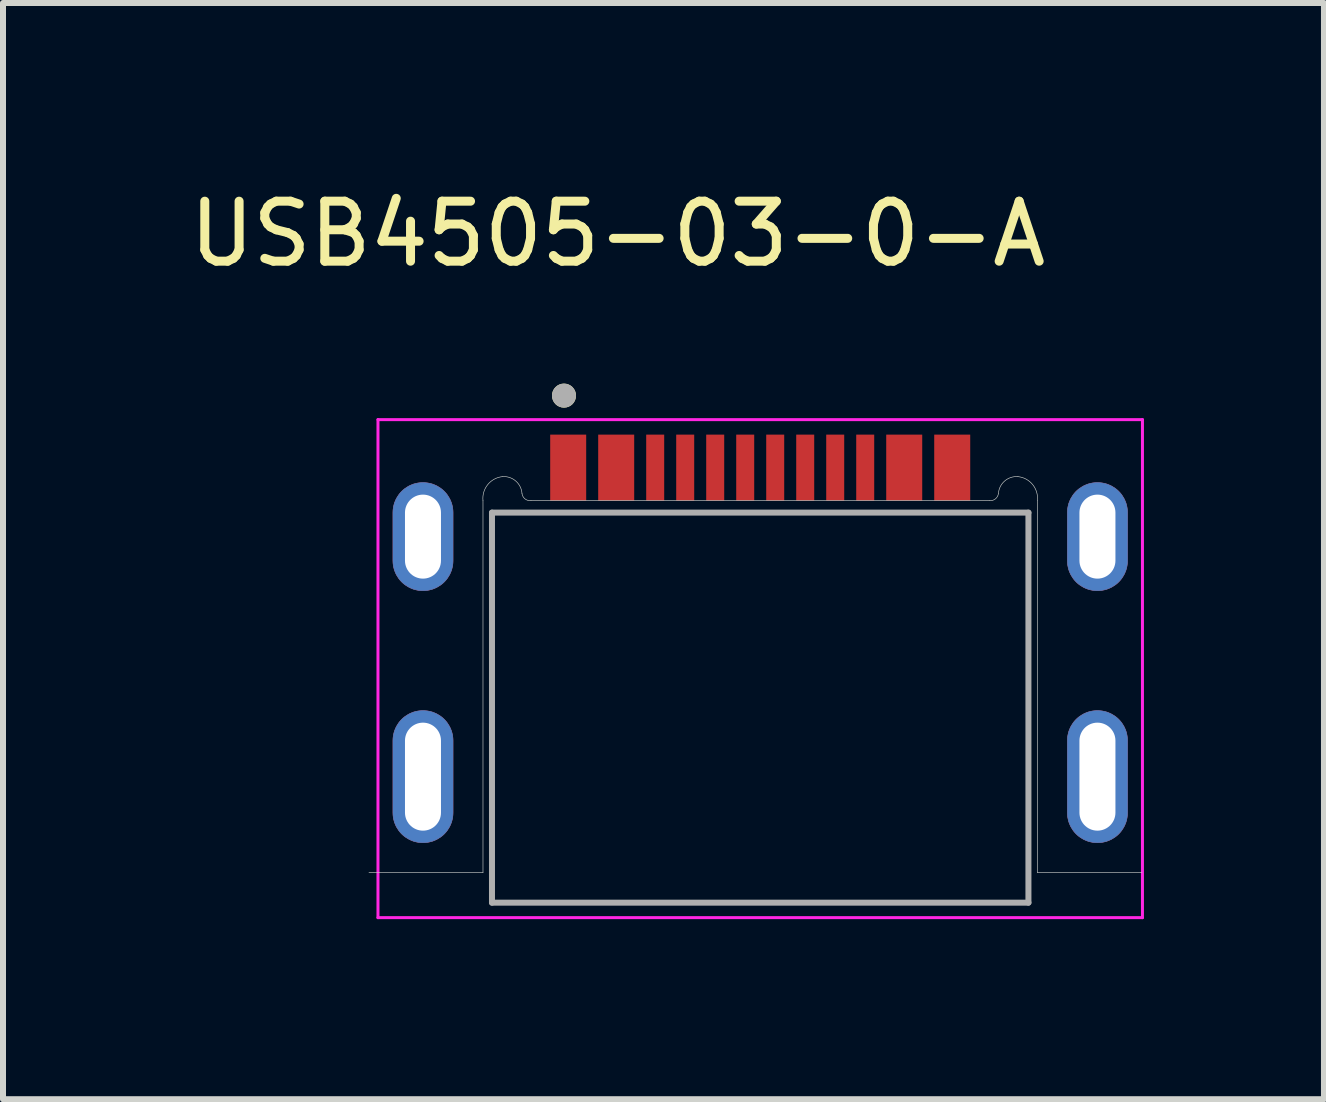
<source format=kicad_pcb>
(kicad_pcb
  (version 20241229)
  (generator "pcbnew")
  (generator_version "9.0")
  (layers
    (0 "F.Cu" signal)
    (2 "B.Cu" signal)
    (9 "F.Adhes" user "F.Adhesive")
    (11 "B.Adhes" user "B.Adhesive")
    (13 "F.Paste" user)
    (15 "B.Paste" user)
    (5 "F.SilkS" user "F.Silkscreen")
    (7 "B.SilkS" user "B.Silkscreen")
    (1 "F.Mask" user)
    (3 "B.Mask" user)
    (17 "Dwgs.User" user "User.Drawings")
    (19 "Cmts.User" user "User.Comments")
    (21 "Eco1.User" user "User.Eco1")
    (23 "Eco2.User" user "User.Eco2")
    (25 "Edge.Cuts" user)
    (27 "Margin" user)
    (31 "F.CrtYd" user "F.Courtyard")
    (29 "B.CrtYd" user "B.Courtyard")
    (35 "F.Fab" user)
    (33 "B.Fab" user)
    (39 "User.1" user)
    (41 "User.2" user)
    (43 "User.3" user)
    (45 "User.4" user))
  (footprint "USB4505-03-0-A"
    (layer "F.Cu")
    (at 9.619 9.893)
    (property "Reference" "USB4505-03-0-A" (at -2.375 -9.045 0) (layer "F.SilkS") (effects (font (size 1 1) (thickness 0.15))))
    (attr through_hole)
    (fp_poly (pts (xy -5.62 -3.1) (xy -5.646 -3.101) (xy -5.672 -3.103) (xy -5.698 -3.106) (xy -5.724 -3.111) (xy -5.749 -3.117) (xy -5.775 -3.124) (xy -5.799 -3.133) (xy -5.823 -3.143) (xy -5.847 -3.154) (xy -5.87 -3.167) (xy -5.892 -3.181) (xy -5.914 -3.195) (xy -5.935 -3.211) (xy -5.955 -3.228) (xy -5.974 -3.246) (xy -5.992 -3.265) (xy -6.009 -3.285) (xy -6.025 -3.306) (xy -6.039 -3.328) (xy -6.053 -3.35) (xy -6.066 -3.373) (xy -6.077 -3.397) (xy -6.087 -3.421) (xy -6.096 -3.445) (xy -6.103 -3.471) (xy -6.109 -3.496) (xy -6.114 -3.522) (xy -6.117 -3.548) (xy -6.119 -3.574) (xy -6.12 -3.6) (xy -6.12 -4.4) (xy -6.119 -4.426) (xy -6.117 -4.452) (xy -6.114 -4.478) (xy -6.109 -4.504) (xy -6.103 -4.529) (xy -6.096 -4.555) (xy -6.087 -4.579) (xy -6.077 -4.603) (xy -6.066 -4.627) (xy -6.053 -4.65) (xy -6.039 -4.672) (xy -6.025 -4.694) (xy -6.009 -4.715) (xy -5.992 -4.735) (xy -5.974 -4.754) (xy -5.955 -4.772) (xy -5.935 -4.789) (xy -5.914 -4.805) (xy -5.892 -4.819) (xy -5.87 -4.833) (xy -5.847 -4.846) (xy -5.823 -4.857) (xy -5.799 -4.867) (xy -5.775 -4.876) (xy -5.749 -4.883) (xy -5.724 -4.889) (xy -5.698 -4.894) (xy -5.672 -4.897) (xy -5.646 -4.899) (xy -5.62 -4.9) (xy -5.594 -4.899) (xy -5.568 -4.897) (xy -5.542 -4.894) (xy -5.516 -4.889) (xy -5.491 -4.883) (xy -5.465 -4.876) (xy -5.441 -4.867) (xy -5.417 -4.857) (xy -5.393 -4.846) (xy -5.37 -4.833) (xy -5.348 -4.819) (xy -5.326 -4.805) (xy -5.305 -4.789) (xy -5.285 -4.772) (xy -5.266 -4.754) (xy -5.248 -4.735) (xy -5.231 -4.715) (xy -5.215 -4.694) (xy -5.201 -4.672) (xy -5.187 -4.65) (xy -5.174 -4.627) (xy -5.163 -4.603) (xy -5.153 -4.579) (xy -5.144 -4.555) (xy -5.137 -4.529) (xy -5.131 -4.504) (xy -5.126 -4.478) (xy -5.123 -4.452) (xy -5.121 -4.426) (xy -5.12 -4.4) (xy -5.12 -3.6) (xy -5.121 -3.574) (xy -5.123 -3.548) (xy -5.126 -3.522) (xy -5.131 -3.496) (xy -5.137 -3.471) (xy -5.144 -3.445) (xy -5.153 -3.421) (xy -5.163 -3.397) (xy -5.174 -3.373) (xy -5.187 -3.35) (xy -5.201 -3.328) (xy -5.215 -3.306) (xy -5.231 -3.285) (xy -5.248 -3.265) (xy -5.266 -3.246) (xy -5.285 -3.228) (xy -5.305 -3.211) (xy -5.326 -3.195) (xy -5.348 -3.181) (xy -5.37 -3.167) (xy -5.393 -3.154) (xy -5.417 -3.143) (xy -5.441 -3.133) (xy -5.465 -3.124) (xy -5.491 -3.117) (xy -5.516 -3.111) (xy -5.542 -3.106) (xy -5.568 -3.103) (xy -5.594 -3.101) (xy -5.62 -3.1)) (stroke (width 0.01) (type solid)) (fill yes) (layer "F.Cu"))
    (fp_poly (pts (xy -5.62 1.1) (xy -5.646 1.099) (xy -5.672 1.097) (xy -5.698 1.094) (xy -5.724 1.089) (xy -5.749 1.083) (xy -5.775 1.076) (xy -5.799 1.067) (xy -5.823 1.057) (xy -5.847 1.046) (xy -5.87 1.033) (xy -5.892 1.019) (xy -5.914 1.005) (xy -5.935 0.989) (xy -5.955 0.972) (xy -5.974 0.954) (xy -5.992 0.935) (xy -6.009 0.915) (xy -6.025 0.894) (xy -6.039 0.872) (xy -6.053 0.85) (xy -6.066 0.827) (xy -6.077 0.803) (xy -6.087 0.779) (xy -6.096 0.755) (xy -6.103 0.729) (xy -6.109 0.704) (xy -6.114 0.678) (xy -6.117 0.652) (xy -6.119 0.626) (xy -6.12 0.6) (xy -6.12 -0.6) (xy -6.119 -0.626) (xy -6.117 -0.652) (xy -6.114 -0.678) (xy -6.109 -0.704) (xy -6.103 -0.729) (xy -6.096 -0.755) (xy -6.087 -0.779) (xy -6.077 -0.803) (xy -6.066 -0.827) (xy -6.053 -0.85) (xy -6.039 -0.872) (xy -6.025 -0.894) (xy -6.009 -0.915) (xy -5.992 -0.935) (xy -5.974 -0.954) (xy -5.955 -0.972) (xy -5.935 -0.989) (xy -5.914 -1.005) (xy -5.892 -1.019) (xy -5.87 -1.033) (xy -5.847 -1.046) (xy -5.823 -1.057) (xy -5.799 -1.067) (xy -5.775 -1.076) (xy -5.749 -1.083) (xy -5.724 -1.089) (xy -5.698 -1.094) (xy -5.672 -1.097) (xy -5.646 -1.099) (xy -5.62 -1.1) (xy -5.594 -1.099) (xy -5.568 -1.097) (xy -5.542 -1.094) (xy -5.516 -1.089) (xy -5.491 -1.083) (xy -5.465 -1.076) (xy -5.441 -1.067) (xy -5.417 -1.057) (xy -5.393 -1.046) (xy -5.37 -1.033) (xy -5.348 -1.019) (xy -5.326 -1.005) (xy -5.305 -0.989) (xy -5.285 -0.972) (xy -5.266 -0.954) (xy -5.248 -0.935) (xy -5.231 -0.915) (xy -5.215 -0.894) (xy -5.201 -0.872) (xy -5.187 -0.85) (xy -5.174 -0.827) (xy -5.163 -0.803) (xy -5.153 -0.779) (xy -5.144 -0.755) (xy -5.137 -0.729) (xy -5.131 -0.704) (xy -5.126 -0.678) (xy -5.123 -0.652) (xy -5.121 -0.626) (xy -5.12 -0.6) (xy -5.12 0.6) (xy -5.121 0.626) (xy -5.123 0.652) (xy -5.126 0.678) (xy -5.131 0.704) (xy -5.137 0.729) (xy -5.144 0.755) (xy -5.153 0.779) (xy -5.163 0.803) (xy -5.174 0.827) (xy -5.187 0.85) (xy -5.201 0.872) (xy -5.215 0.894) (xy -5.231 0.915) (xy -5.248 0.935) (xy -5.266 0.954) (xy -5.285 0.972) (xy -5.305 0.989) (xy -5.326 1.005) (xy -5.348 1.019) (xy -5.37 1.033) (xy -5.393 1.046) (xy -5.417 1.057) (xy -5.441 1.067) (xy -5.465 1.076) (xy -5.491 1.083) (xy -5.516 1.089) (xy -5.542 1.094) (xy -5.568 1.097) (xy -5.594 1.099) (xy -5.62 1.1)) (stroke (width 0.01) (type solid)) (fill yes) (layer "F.Cu"))
    (fp_poly (pts (xy 5.62 -3.1) (xy 5.594 -3.101) (xy 5.568 -3.103) (xy 5.542 -3.106) (xy 5.516 -3.111) (xy 5.491 -3.117) (xy 5.465 -3.124) (xy 5.441 -3.133) (xy 5.417 -3.143) (xy 5.393 -3.154) (xy 5.37 -3.167) (xy 5.348 -3.181) (xy 5.326 -3.195) (xy 5.305 -3.211) (xy 5.285 -3.228) (xy 5.266 -3.246) (xy 5.248 -3.265) (xy 5.231 -3.285) (xy 5.215 -3.306) (xy 5.201 -3.328) (xy 5.187 -3.35) (xy 5.174 -3.373) (xy 5.163 -3.397) (xy 5.153 -3.421) (xy 5.144 -3.445) (xy 5.137 -3.471) (xy 5.131 -3.496) (xy 5.126 -3.522) (xy 5.123 -3.548) (xy 5.121 -3.574) (xy 5.12 -3.6) (xy 5.12 -4.4) (xy 5.121 -4.426) (xy 5.123 -4.452) (xy 5.126 -4.478) (xy 5.131 -4.504) (xy 5.137 -4.529) (xy 5.144 -4.555) (xy 5.153 -4.579) (xy 5.163 -4.603) (xy 5.174 -4.627) (xy 5.187 -4.65) (xy 5.201 -4.672) (xy 5.215 -4.694) (xy 5.231 -4.715) (xy 5.248 -4.735) (xy 5.266 -4.754) (xy 5.285 -4.772) (xy 5.305 -4.789) (xy 5.326 -4.805) (xy 5.348 -4.819) (xy 5.37 -4.833) (xy 5.393 -4.846) (xy 5.417 -4.857) (xy 5.441 -4.867) (xy 5.465 -4.876) (xy 5.491 -4.883) (xy 5.516 -4.889) (xy 5.542 -4.894) (xy 5.568 -4.897) (xy 5.594 -4.899) (xy 5.62 -4.9) (xy 5.646 -4.899) (xy 5.672 -4.897) (xy 5.698 -4.894) (xy 5.724 -4.889) (xy 5.749 -4.883) (xy 5.775 -4.876) (xy 5.799 -4.867) (xy 5.823 -4.857) (xy 5.847 -4.846) (xy 5.87 -4.833) (xy 5.892 -4.819) (xy 5.914 -4.805) (xy 5.935 -4.789) (xy 5.955 -4.772) (xy 5.974 -4.754) (xy 5.992 -4.735) (xy 6.009 -4.715) (xy 6.025 -4.694) (xy 6.039 -4.672) (xy 6.053 -4.65) (xy 6.066 -4.627) (xy 6.077 -4.603) (xy 6.087 -4.579) (xy 6.096 -4.555) (xy 6.103 -4.529) (xy 6.109 -4.504) (xy 6.114 -4.478) (xy 6.117 -4.452) (xy 6.119 -4.426) (xy 6.12 -4.4) (xy 6.12 -3.6) (xy 6.119 -3.574) (xy 6.117 -3.548) (xy 6.114 -3.522) (xy 6.109 -3.496) (xy 6.103 -3.471) (xy 6.096 -3.445) (xy 6.087 -3.421) (xy 6.077 -3.397) (xy 6.066 -3.373) (xy 6.053 -3.35) (xy 6.039 -3.328) (xy 6.025 -3.306) (xy 6.009 -3.285) (xy 5.992 -3.265) (xy 5.974 -3.246) (xy 5.955 -3.228) (xy 5.935 -3.211) (xy 5.914 -3.195) (xy 5.892 -3.181) (xy 5.87 -3.167) (xy 5.847 -3.154) (xy 5.823 -3.143) (xy 5.799 -3.133) (xy 5.775 -3.124) (xy 5.749 -3.117) (xy 5.724 -3.111) (xy 5.698 -3.106) (xy 5.672 -3.103) (xy 5.646 -3.101) (xy 5.62 -3.1)) (stroke (width 0.01) (type solid)) (fill yes) (layer "F.Cu"))
    (fp_poly (pts (xy 5.62 1.1) (xy 5.594 1.099) (xy 5.568 1.097) (xy 5.542 1.094) (xy 5.516 1.089) (xy 5.491 1.083) (xy 5.465 1.076) (xy 5.441 1.067) (xy 5.417 1.057) (xy 5.393 1.046) (xy 5.37 1.033) (xy 5.348 1.019) (xy 5.326 1.005) (xy 5.305 0.989) (xy 5.285 0.972) (xy 5.266 0.954) (xy 5.248 0.935) (xy 5.231 0.915) (xy 5.215 0.894) (xy 5.201 0.872) (xy 5.187 0.85) (xy 5.174 0.827) (xy 5.163 0.803) (xy 5.153 0.779) (xy 5.144 0.755) (xy 5.137 0.729) (xy 5.131 0.704) (xy 5.126 0.678) (xy 5.123 0.652) (xy 5.121 0.626) (xy 5.12 0.6) (xy 5.12 -0.6) (xy 5.121 -0.626) (xy 5.123 -0.652) (xy 5.126 -0.678) (xy 5.131 -0.704) (xy 5.137 -0.729) (xy 5.144 -0.755) (xy 5.153 -0.779) (xy 5.163 -0.803) (xy 5.174 -0.827) (xy 5.187 -0.85) (xy 5.201 -0.872) (xy 5.215 -0.894) (xy 5.231 -0.915) (xy 5.248 -0.935) (xy 5.266 -0.954) (xy 5.285 -0.972) (xy 5.305 -0.989) (xy 5.326 -1.005) (xy 5.348 -1.019) (xy 5.37 -1.033) (xy 5.393 -1.046) (xy 5.417 -1.057) (xy 5.441 -1.067) (xy 5.465 -1.076) (xy 5.491 -1.083) (xy 5.516 -1.089) (xy 5.542 -1.094) (xy 5.568 -1.097) (xy 5.594 -1.099) (xy 5.62 -1.1) (xy 5.646 -1.099) (xy 5.672 -1.097) (xy 5.698 -1.094) (xy 5.724 -1.089) (xy 5.749 -1.083) (xy 5.775 -1.076) (xy 5.799 -1.067) (xy 5.823 -1.057) (xy 5.847 -1.046) (xy 5.87 -1.033) (xy 5.892 -1.019) (xy 5.914 -1.005) (xy 5.935 -0.989) (xy 5.955 -0.972) (xy 5.974 -0.954) (xy 5.992 -0.935) (xy 6.009 -0.915) (xy 6.025 -0.894) (xy 6.039 -0.872) (xy 6.053 -0.85) (xy 6.066 -0.827) (xy 6.077 -0.803) (xy 6.087 -0.779) (xy 6.096 -0.755) (xy 6.103 -0.729) (xy 6.109 -0.704) (xy 6.114 -0.678) (xy 6.117 -0.652) (xy 6.119 -0.626) (xy 6.12 -0.6) (xy 6.12 0.6) (xy 6.119 0.626) (xy 6.117 0.652) (xy 6.114 0.678) (xy 6.109 0.704) (xy 6.103 0.729) (xy 6.096 0.755) (xy 6.087 0.779) (xy 6.077 0.803) (xy 6.066 0.827) (xy 6.053 0.85) (xy 6.039 0.872) (xy 6.025 0.894) (xy 6.009 0.915) (xy 5.992 0.935) (xy 5.974 0.954) (xy 5.955 0.972) (xy 5.935 0.989) (xy 5.914 1.005) (xy 5.892 1.019) (xy 5.87 1.033) (xy 5.847 1.046) (xy 5.823 1.057) (xy 5.799 1.067) (xy 5.775 1.076) (xy 5.749 1.083) (xy 5.724 1.089) (xy 5.698 1.094) (xy 5.672 1.097) (xy 5.646 1.099) (xy 5.62 1.1)) (stroke (width 0.01) (type solid)) (fill yes) (layer "F.Cu"))
    (fp_poly (pts (xy -6.22 -3.6) (xy -6.22 -4.4) (xy -6.219 -4.431) (xy -6.217 -4.463) (xy -6.213 -4.494) (xy -6.207 -4.525) (xy -6.2 -4.555) (xy -6.191 -4.585) (xy -6.18 -4.615) (xy -6.168 -4.644) (xy -6.155 -4.672) (xy -6.14 -4.7) (xy -6.123 -4.727) (xy -6.105 -4.753) (xy -6.086 -4.778) (xy -6.066 -4.801) (xy -6.044 -4.824) (xy -6.021 -4.846) (xy -5.998 -4.866) (xy -5.973 -4.885) (xy -5.947 -4.903) (xy -5.92 -4.92) (xy -5.892 -4.935) (xy -5.864 -4.948) (xy -5.835 -4.96) (xy -5.805 -4.971) (xy -5.775 -4.98) (xy -5.745 -4.987) (xy -5.714 -4.993) (xy -5.683 -4.997) (xy -5.651 -4.999) (xy -5.62 -5) (xy -5.589 -4.999) (xy -5.557 -4.997) (xy -5.526 -4.993) (xy -5.495 -4.987) (xy -5.465 -4.98) (xy -5.435 -4.971) (xy -5.405 -4.96) (xy -5.376 -4.948) (xy -5.348 -4.935) (xy -5.32 -4.92) (xy -5.293 -4.903) (xy -5.267 -4.885) (xy -5.242 -4.866) (xy -5.219 -4.846) (xy -5.196 -4.824) (xy -5.174 -4.801) (xy -5.154 -4.778) (xy -5.135 -4.753) (xy -5.117 -4.727) (xy -5.1 -4.7) (xy -5.085 -4.672) (xy -5.072 -4.644) (xy -5.06 -4.615) (xy -5.049 -4.585) (xy -5.04 -4.555) (xy -5.033 -4.525) (xy -5.027 -4.494) (xy -5.023 -4.463) (xy -5.021 -4.431) (xy -5.02 -4.4) (xy -5.02 -3.6) (xy -5.021 -3.569) (xy -5.023 -3.537) (xy -5.027 -3.506) (xy -5.033 -3.475) (xy -5.04 -3.445) (xy -5.049 -3.415) (xy -5.06 -3.385) (xy -5.072 -3.356) (xy -5.085 -3.328) (xy -5.1 -3.3) (xy -5.117 -3.273) (xy -5.135 -3.247) (xy -5.154 -3.222) (xy -5.174 -3.199) (xy -5.196 -3.176) (xy -5.219 -3.154) (xy -5.242 -3.134) (xy -5.267 -3.115) (xy -5.293 -3.097) (xy -5.32 -3.08) (xy -5.348 -3.065) (xy -5.376 -3.052) (xy -5.405 -3.04) (xy -5.435 -3.029) (xy -5.465 -3.02) (xy -5.495 -3.013) (xy -5.526 -3.007) (xy -5.557 -3.003) (xy -5.589 -3.001) (xy -5.62 -3) (xy -5.651 -3.001) (xy -5.683 -3.003) (xy -5.714 -3.007) (xy -5.745 -3.013) (xy -5.775 -3.02) (xy -5.805 -3.029) (xy -5.835 -3.04) (xy -5.864 -3.052) (xy -5.892 -3.065) (xy -5.92 -3.08) (xy -5.947 -3.097) (xy -5.973 -3.115) (xy -5.998 -3.134) (xy -6.021 -3.154) (xy -6.044 -3.176) (xy -6.066 -3.199) (xy -6.086 -3.222) (xy -6.105 -3.247) (xy -6.123 -3.273) (xy -6.14 -3.3) (xy -6.155 -3.328) (xy -6.168 -3.356) (xy -6.18 -3.385) (xy -6.191 -3.415) (xy -6.2 -3.445) (xy -6.207 -3.475) (xy -6.213 -3.506) (xy -6.217 -3.537) (xy -6.219 -3.569) (xy -6.22 -3.6)) (stroke (width 0.01) (type solid)) (fill yes) (layer "F.Mask"))
    (fp_poly (pts (xy -6.22 0.6) (xy -6.22 -0.6) (xy -6.219 -0.631) (xy -6.217 -0.663) (xy -6.213 -0.694) (xy -6.207 -0.725) (xy -6.2 -0.755) (xy -6.191 -0.785) (xy -6.18 -0.815) (xy -6.168 -0.844) (xy -6.155 -0.872) (xy -6.14 -0.9) (xy -6.123 -0.927) (xy -6.105 -0.953) (xy -6.086 -0.978) (xy -6.066 -1.001) (xy -6.044 -1.024) (xy -6.021 -1.046) (xy -5.998 -1.066) (xy -5.973 -1.085) (xy -5.947 -1.103) (xy -5.92 -1.12) (xy -5.892 -1.135) (xy -5.864 -1.148) (xy -5.835 -1.16) (xy -5.805 -1.171) (xy -5.775 -1.18) (xy -5.745 -1.187) (xy -5.714 -1.193) (xy -5.683 -1.197) (xy -5.651 -1.199) (xy -5.62 -1.2) (xy -5.589 -1.199) (xy -5.557 -1.197) (xy -5.526 -1.193) (xy -5.495 -1.187) (xy -5.465 -1.18) (xy -5.435 -1.171) (xy -5.405 -1.16) (xy -5.376 -1.148) (xy -5.348 -1.135) (xy -5.32 -1.12) (xy -5.293 -1.103) (xy -5.267 -1.085) (xy -5.242 -1.066) (xy -5.219 -1.046) (xy -5.196 -1.024) (xy -5.174 -1.001) (xy -5.154 -0.978) (xy -5.135 -0.953) (xy -5.117 -0.927) (xy -5.1 -0.9) (xy -5.085 -0.872) (xy -5.072 -0.844) (xy -5.06 -0.815) (xy -5.049 -0.785) (xy -5.04 -0.755) (xy -5.033 -0.725) (xy -5.027 -0.694) (xy -5.023 -0.663) (xy -5.021 -0.631) (xy -5.02 -0.6) (xy -5.02 0.6) (xy -5.021 0.631) (xy -5.023 0.663) (xy -5.027 0.694) (xy -5.033 0.725) (xy -5.04 0.755) (xy -5.049 0.785) (xy -5.06 0.815) (xy -5.072 0.844) (xy -5.085 0.872) (xy -5.1 0.9) (xy -5.117 0.927) (xy -5.135 0.953) (xy -5.154 0.978) (xy -5.174 1.001) (xy -5.196 1.024) (xy -5.219 1.046) (xy -5.242 1.066) (xy -5.267 1.085) (xy -5.293 1.103) (xy -5.32 1.12) (xy -5.348 1.135) (xy -5.376 1.148) (xy -5.405 1.16) (xy -5.435 1.171) (xy -5.465 1.18) (xy -5.495 1.187) (xy -5.526 1.193) (xy -5.557 1.197) (xy -5.589 1.199) (xy -5.62 1.2) (xy -5.651 1.199) (xy -5.683 1.197) (xy -5.714 1.193) (xy -5.745 1.187) (xy -5.775 1.18) (xy -5.805 1.171) (xy -5.835 1.16) (xy -5.864 1.148) (xy -5.892 1.135) (xy -5.92 1.12) (xy -5.947 1.103) (xy -5.973 1.085) (xy -5.998 1.066) (xy -6.021 1.046) (xy -6.044 1.024) (xy -6.066 1.001) (xy -6.086 0.978) (xy -6.105 0.953) (xy -6.123 0.927) (xy -6.14 0.9) (xy -6.155 0.872) (xy -6.168 0.844) (xy -6.18 0.815) (xy -6.191 0.785) (xy -6.2 0.755) (xy -6.207 0.725) (xy -6.213 0.694) (xy -6.217 0.663) (xy -6.219 0.631) (xy -6.22 0.6)) (stroke (width 0.01) (type solid)) (fill yes) (layer "F.Mask"))
    (fp_poly (pts (xy 5.02 -3.6) (xy 5.02 -4.4) (xy 5.021 -4.431) (xy 5.023 -4.463) (xy 5.027 -4.494) (xy 5.033 -4.525) (xy 5.04 -4.555) (xy 5.049 -4.585) (xy 5.06 -4.615) (xy 5.072 -4.644) (xy 5.085 -4.672) (xy 5.1 -4.7) (xy 5.117 -4.727) (xy 5.135 -4.753) (xy 5.154 -4.778) (xy 5.174 -4.801) (xy 5.196 -4.824) (xy 5.219 -4.846) (xy 5.242 -4.866) (xy 5.267 -4.885) (xy 5.293 -4.903) (xy 5.32 -4.92) (xy 5.348 -4.935) (xy 5.376 -4.948) (xy 5.405 -4.96) (xy 5.435 -4.971) (xy 5.465 -4.98) (xy 5.495 -4.987) (xy 5.526 -4.993) (xy 5.557 -4.997) (xy 5.589 -4.999) (xy 5.62 -5) (xy 5.651 -4.999) (xy 5.683 -4.997) (xy 5.714 -4.993) (xy 5.745 -4.987) (xy 5.775 -4.98) (xy 5.805 -4.971) (xy 5.835 -4.96) (xy 5.864 -4.948) (xy 5.892 -4.935) (xy 5.92 -4.92) (xy 5.947 -4.903) (xy 5.973 -4.885) (xy 5.998 -4.866) (xy 6.021 -4.846) (xy 6.044 -4.824) (xy 6.066 -4.801) (xy 6.086 -4.778) (xy 6.105 -4.753) (xy 6.123 -4.727) (xy 6.14 -4.7) (xy 6.155 -4.672) (xy 6.168 -4.644) (xy 6.18 -4.615) (xy 6.191 -4.585) (xy 6.2 -4.555) (xy 6.207 -4.525) (xy 6.213 -4.494) (xy 6.217 -4.463) (xy 6.219 -4.431) (xy 6.22 -4.4) (xy 6.22 -3.6) (xy 6.219 -3.569) (xy 6.217 -3.537) (xy 6.213 -3.506) (xy 6.207 -3.475) (xy 6.2 -3.445) (xy 6.191 -3.415) (xy 6.18 -3.385) (xy 6.168 -3.356) (xy 6.155 -3.328) (xy 6.14 -3.3) (xy 6.123 -3.273) (xy 6.105 -3.247) (xy 6.086 -3.222) (xy 6.066 -3.199) (xy 6.044 -3.176) (xy 6.021 -3.154) (xy 5.998 -3.134) (xy 5.973 -3.115) (xy 5.947 -3.097) (xy 5.92 -3.08) (xy 5.892 -3.065) (xy 5.864 -3.052) (xy 5.835 -3.04) (xy 5.805 -3.029) (xy 5.775 -3.02) (xy 5.745 -3.013) (xy 5.714 -3.007) (xy 5.683 -3.003) (xy 5.651 -3.001) (xy 5.62 -3) (xy 5.589 -3.001) (xy 5.557 -3.003) (xy 5.526 -3.007) (xy 5.495 -3.013) (xy 5.465 -3.02) (xy 5.435 -3.029) (xy 5.405 -3.04) (xy 5.376 -3.052) (xy 5.348 -3.065) (xy 5.32 -3.08) (xy 5.293 -3.097) (xy 5.267 -3.115) (xy 5.242 -3.134) (xy 5.219 -3.154) (xy 5.196 -3.176) (xy 5.174 -3.199) (xy 5.154 -3.222) (xy 5.135 -3.247) (xy 5.117 -3.273) (xy 5.1 -3.3) (xy 5.085 -3.328) (xy 5.072 -3.356) (xy 5.06 -3.385) (xy 5.049 -3.415) (xy 5.04 -3.445) (xy 5.033 -3.475) (xy 5.027 -3.506) (xy 5.023 -3.537) (xy 5.021 -3.569) (xy 5.02 -3.6)) (stroke (width 0.01) (type solid)) (fill yes) (layer "F.Mask"))
    (fp_poly (pts (xy 5.02 0) (xy 5.02 -0.6) (xy 5.021 -0.631) (xy 5.023 -0.663) (xy 5.027 -0.694) (xy 5.033 -0.725) (xy 5.04 -0.755) (xy 5.049 -0.785) (xy 5.06 -0.815) (xy 5.072 -0.844) (xy 5.085 -0.872) (xy 5.1 -0.9) (xy 5.117 -0.927) (xy 5.135 -0.953) (xy 5.154 -0.978) (xy 5.174 -1.001) (xy 5.196 -1.024) (xy 5.219 -1.046) (xy 5.242 -1.066) (xy 5.267 -1.085) (xy 5.293 -1.103) (xy 5.32 -1.12) (xy 5.348 -1.135) (xy 5.376 -1.148) (xy 5.405 -1.16) (xy 5.435 -1.171) (xy 5.465 -1.18) (xy 5.495 -1.187) (xy 5.526 -1.193) (xy 5.557 -1.197) (xy 5.589 -1.199) (xy 5.62 -1.2) (xy 5.651 -1.199) (xy 5.683 -1.197) (xy 5.714 -1.193) (xy 5.745 -1.187) (xy 5.775 -1.18) (xy 5.805 -1.171) (xy 5.835 -1.16) (xy 5.864 -1.148) (xy 5.892 -1.135) (xy 5.92 -1.12) (xy 5.947 -1.103) (xy 5.973 -1.085) (xy 5.998 -1.066) (xy 6.021 -1.046) (xy 6.044 -1.024) (xy 6.066 -1.001) (xy 6.086 -0.978) (xy 6.105 -0.953) (xy 6.123 -0.927) (xy 6.14 -0.9) (xy 6.155 -0.872) (xy 6.168 -0.844) (xy 6.18 -0.815) (xy 6.191 -0.785) (xy 6.2 -0.755) (xy 6.207 -0.725) (xy 6.213 -0.694) (xy 6.217 -0.663) (xy 6.219 -0.631) (xy 6.22 -0.6) (xy 6.22 0) (xy 6.22 0.6) (xy 6.219 0.631) (xy 6.217 0.663) (xy 6.213 0.694) (xy 6.207 0.725) (xy 6.2 0.755) (xy 6.191 0.785) (xy 6.18 0.815) (xy 6.168 0.844) (xy 6.155 0.872) (xy 6.14 0.9) (xy 6.123 0.927) (xy 6.105 0.953) (xy 6.086 0.978) (xy 6.066 1.001) (xy 6.044 1.024) (xy 6.021 1.046) (xy 5.998 1.066) (xy 5.973 1.085) (xy 5.947 1.103) (xy 5.92 1.12) (xy 5.892 1.135) (xy 5.864 1.148) (xy 5.835 1.16) (xy 5.805 1.171) (xy 5.775 1.18) (xy 5.745 1.187) (xy 5.714 1.193) (xy 5.683 1.197) (xy 5.651 1.199) (xy 5.62 1.2) (xy 5.589 1.199) (xy 5.557 1.197) (xy 5.526 1.193) (xy 5.495 1.187) (xy 5.465 1.18) (xy 5.435 1.171) (xy 5.405 1.16) (xy 5.376 1.148) (xy 5.348 1.135) (xy 5.32 1.12) (xy 5.293 1.103) (xy 5.267 1.085) (xy 5.242 1.066) (xy 5.219 1.046) (xy 5.196 1.024) (xy 5.174 1.001) (xy 5.154 0.978) (xy 5.135 0.953) (xy 5.117 0.927) (xy 5.1 0.9) (xy 5.085 0.872) (xy 5.072 0.844) (xy 5.06 0.815) (xy 5.049 0.785) (xy 5.04 0.755) (xy 5.033 0.725) (xy 5.027 0.694) (xy 5.023 0.663) (xy 5.021 0.631) (xy 5.02 0.6) (xy 5.02 0)) (stroke (width 0.01) (type solid)) (fill yes) (layer "F.Mask"))
    (fp_poly (pts (xy -5.62 -3.1) (xy -5.646 -3.101) (xy -5.672 -3.103) (xy -5.698 -3.106) (xy -5.724 -3.111) (xy -5.749 -3.117) (xy -5.775 -3.124) (xy -5.799 -3.133) (xy -5.823 -3.143) (xy -5.847 -3.154) (xy -5.87 -3.167) (xy -5.892 -3.181) (xy -5.914 -3.195) (xy -5.935 -3.211) (xy -5.955 -3.228) (xy -5.974 -3.246) (xy -5.992 -3.265) (xy -6.009 -3.285) (xy -6.025 -3.306) (xy -6.039 -3.328) (xy -6.053 -3.35) (xy -6.066 -3.373) (xy -6.077 -3.397) (xy -6.087 -3.421) (xy -6.096 -3.445) (xy -6.103 -3.471) (xy -6.109 -3.496) (xy -6.114 -3.522) (xy -6.117 -3.548) (xy -6.119 -3.574) (xy -6.12 -3.6) (xy -6.12 -4.4) (xy -6.119 -4.426) (xy -6.117 -4.452) (xy -6.114 -4.478) (xy -6.109 -4.504) (xy -6.103 -4.529) (xy -6.096 -4.555) (xy -6.087 -4.579) (xy -6.077 -4.603) (xy -6.066 -4.627) (xy -6.053 -4.65) (xy -6.039 -4.672) (xy -6.025 -4.694) (xy -6.009 -4.715) (xy -5.992 -4.735) (xy -5.974 -4.754) (xy -5.955 -4.772) (xy -5.935 -4.789) (xy -5.914 -4.805) (xy -5.892 -4.819) (xy -5.87 -4.833) (xy -5.847 -4.846) (xy -5.823 -4.857) (xy -5.799 -4.867) (xy -5.775 -4.876) (xy -5.749 -4.883) (xy -5.724 -4.889) (xy -5.698 -4.894) (xy -5.672 -4.897) (xy -5.646 -4.899) (xy -5.62 -4.9) (xy -5.594 -4.899) (xy -5.568 -4.897) (xy -5.542 -4.894) (xy -5.516 -4.889) (xy -5.491 -4.883) (xy -5.465 -4.876) (xy -5.441 -4.867) (xy -5.417 -4.857) (xy -5.393 -4.846) (xy -5.37 -4.833) (xy -5.348 -4.819) (xy -5.326 -4.805) (xy -5.305 -4.789) (xy -5.285 -4.772) (xy -5.266 -4.754) (xy -5.248 -4.735) (xy -5.231 -4.715) (xy -5.215 -4.694) (xy -5.201 -4.672) (xy -5.187 -4.65) (xy -5.174 -4.627) (xy -5.163 -4.603) (xy -5.153 -4.579) (xy -5.144 -4.555) (xy -5.137 -4.529) (xy -5.131 -4.504) (xy -5.126 -4.478) (xy -5.123 -4.452) (xy -5.121 -4.426) (xy -5.12 -4.4) (xy -5.12 -3.6) (xy -5.121 -3.574) (xy -5.123 -3.548) (xy -5.126 -3.522) (xy -5.131 -3.496) (xy -5.137 -3.471) (xy -5.144 -3.445) (xy -5.153 -3.421) (xy -5.163 -3.397) (xy -5.174 -3.373) (xy -5.187 -3.35) (xy -5.201 -3.328) (xy -5.215 -3.306) (xy -5.231 -3.285) (xy -5.248 -3.265) (xy -5.266 -3.246) (xy -5.285 -3.228) (xy -5.305 -3.211) (xy -5.326 -3.195) (xy -5.348 -3.181) (xy -5.37 -3.167) (xy -5.393 -3.154) (xy -5.417 -3.143) (xy -5.441 -3.133) (xy -5.465 -3.124) (xy -5.491 -3.117) (xy -5.516 -3.111) (xy -5.542 -3.106) (xy -5.568 -3.103) (xy -5.594 -3.101) (xy -5.62 -3.1)) (stroke (width 0.01) (type solid)) (fill yes) (layer "B.Cu"))
    (fp_poly (pts (xy -5.62 1.1) (xy -5.646 1.099) (xy -5.672 1.097) (xy -5.698 1.094) (xy -5.724 1.089) (xy -5.749 1.083) (xy -5.775 1.076) (xy -5.799 1.067) (xy -5.823 1.057) (xy -5.847 1.046) (xy -5.87 1.033) (xy -5.892 1.019) (xy -5.914 1.005) (xy -5.935 0.989) (xy -5.955 0.972) (xy -5.974 0.954) (xy -5.992 0.935) (xy -6.009 0.915) (xy -6.025 0.894) (xy -6.039 0.872) (xy -6.053 0.85) (xy -6.066 0.827) (xy -6.077 0.803) (xy -6.087 0.779) (xy -6.096 0.755) (xy -6.103 0.729) (xy -6.109 0.704) (xy -6.114 0.678) (xy -6.117 0.652) (xy -6.119 0.626) (xy -6.12 0.6) (xy -6.12 -0.6) (xy -6.119 -0.626) (xy -6.117 -0.652) (xy -6.114 -0.678) (xy -6.109 -0.704) (xy -6.103 -0.729) (xy -6.096 -0.755) (xy -6.087 -0.779) (xy -6.077 -0.803) (xy -6.066 -0.827) (xy -6.053 -0.85) (xy -6.039 -0.872) (xy -6.025 -0.894) (xy -6.009 -0.915) (xy -5.992 -0.935) (xy -5.974 -0.954) (xy -5.955 -0.972) (xy -5.935 -0.989) (xy -5.914 -1.005) (xy -5.892 -1.019) (xy -5.87 -1.033) (xy -5.847 -1.046) (xy -5.823 -1.057) (xy -5.799 -1.067) (xy -5.775 -1.076) (xy -5.749 -1.083) (xy -5.724 -1.089) (xy -5.698 -1.094) (xy -5.672 -1.097) (xy -5.646 -1.099) (xy -5.62 -1.1) (xy -5.594 -1.099) (xy -5.568 -1.097) (xy -5.542 -1.094) (xy -5.516 -1.089) (xy -5.491 -1.083) (xy -5.465 -1.076) (xy -5.441 -1.067) (xy -5.417 -1.057) (xy -5.393 -1.046) (xy -5.37 -1.033) (xy -5.348 -1.019) (xy -5.326 -1.005) (xy -5.305 -0.989) (xy -5.285 -0.972) (xy -5.266 -0.954) (xy -5.248 -0.935) (xy -5.231 -0.915) (xy -5.215 -0.894) (xy -5.201 -0.872) (xy -5.187 -0.85) (xy -5.174 -0.827) (xy -5.163 -0.803) (xy -5.153 -0.779) (xy -5.144 -0.755) (xy -5.137 -0.729) (xy -5.131 -0.704) (xy -5.126 -0.678) (xy -5.123 -0.652) (xy -5.121 -0.626) (xy -5.12 -0.6) (xy -5.12 0.6) (xy -5.121 0.626) (xy -5.123 0.652) (xy -5.126 0.678) (xy -5.131 0.704) (xy -5.137 0.729) (xy -5.144 0.755) (xy -5.153 0.779) (xy -5.163 0.803) (xy -5.174 0.827) (xy -5.187 0.85) (xy -5.201 0.872) (xy -5.215 0.894) (xy -5.231 0.915) (xy -5.248 0.935) (xy -5.266 0.954) (xy -5.285 0.972) (xy -5.305 0.989) (xy -5.326 1.005) (xy -5.348 1.019) (xy -5.37 1.033) (xy -5.393 1.046) (xy -5.417 1.057) (xy -5.441 1.067) (xy -5.465 1.076) (xy -5.491 1.083) (xy -5.516 1.089) (xy -5.542 1.094) (xy -5.568 1.097) (xy -5.594 1.099) (xy -5.62 1.1)) (stroke (width 0.01) (type solid)) (fill yes) (layer "B.Cu"))
    (fp_poly (pts (xy 5.62 -3.1) (xy 5.594 -3.101) (xy 5.568 -3.103) (xy 5.542 -3.106) (xy 5.516 -3.111) (xy 5.491 -3.117) (xy 5.465 -3.124) (xy 5.441 -3.133) (xy 5.417 -3.143) (xy 5.393 -3.154) (xy 5.37 -3.167) (xy 5.348 -3.181) (xy 5.326 -3.195) (xy 5.305 -3.211) (xy 5.285 -3.228) (xy 5.266 -3.246) (xy 5.248 -3.265) (xy 5.231 -3.285) (xy 5.215 -3.306) (xy 5.201 -3.328) (xy 5.187 -3.35) (xy 5.174 -3.373) (xy 5.163 -3.397) (xy 5.153 -3.421) (xy 5.144 -3.445) (xy 5.137 -3.471) (xy 5.131 -3.496) (xy 5.126 -3.522) (xy 5.123 -3.548) (xy 5.121 -3.574) (xy 5.12 -3.6) (xy 5.12 -4.4) (xy 5.121 -4.426) (xy 5.123 -4.452) (xy 5.126 -4.478) (xy 5.131 -4.504) (xy 5.137 -4.529) (xy 5.144 -4.555) (xy 5.153 -4.579) (xy 5.163 -4.603) (xy 5.174 -4.627) (xy 5.187 -4.65) (xy 5.201 -4.672) (xy 5.215 -4.694) (xy 5.231 -4.715) (xy 5.248 -4.735) (xy 5.266 -4.754) (xy 5.285 -4.772) (xy 5.305 -4.789) (xy 5.326 -4.805) (xy 5.348 -4.819) (xy 5.37 -4.833) (xy 5.393 -4.846) (xy 5.417 -4.857) (xy 5.441 -4.867) (xy 5.465 -4.876) (xy 5.491 -4.883) (xy 5.516 -4.889) (xy 5.542 -4.894) (xy 5.568 -4.897) (xy 5.594 -4.899) (xy 5.62 -4.9) (xy 5.646 -4.899) (xy 5.672 -4.897) (xy 5.698 -4.894) (xy 5.724 -4.889) (xy 5.749 -4.883) (xy 5.775 -4.876) (xy 5.799 -4.867) (xy 5.823 -4.857) (xy 5.847 -4.846) (xy 5.87 -4.833) (xy 5.892 -4.819) (xy 5.914 -4.805) (xy 5.935 -4.789) (xy 5.955 -4.772) (xy 5.974 -4.754) (xy 5.992 -4.735) (xy 6.009 -4.715) (xy 6.025 -4.694) (xy 6.039 -4.672) (xy 6.053 -4.65) (xy 6.066 -4.627) (xy 6.077 -4.603) (xy 6.087 -4.579) (xy 6.096 -4.555) (xy 6.103 -4.529) (xy 6.109 -4.504) (xy 6.114 -4.478) (xy 6.117 -4.452) (xy 6.119 -4.426) (xy 6.12 -4.4) (xy 6.12 -3.6) (xy 6.119 -3.574) (xy 6.117 -3.548) (xy 6.114 -3.522) (xy 6.109 -3.496) (xy 6.103 -3.471) (xy 6.096 -3.445) (xy 6.087 -3.421) (xy 6.077 -3.397) (xy 6.066 -3.373) (xy 6.053 -3.35) (xy 6.039 -3.328) (xy 6.025 -3.306) (xy 6.009 -3.285) (xy 5.992 -3.265) (xy 5.974 -3.246) (xy 5.955 -3.228) (xy 5.935 -3.211) (xy 5.914 -3.195) (xy 5.892 -3.181) (xy 5.87 -3.167) (xy 5.847 -3.154) (xy 5.823 -3.143) (xy 5.799 -3.133) (xy 5.775 -3.124) (xy 5.749 -3.117) (xy 5.724 -3.111) (xy 5.698 -3.106) (xy 5.672 -3.103) (xy 5.646 -3.101) (xy 5.62 -3.1)) (stroke (width 0.01) (type solid)) (fill yes) (layer "B.Cu"))
    (fp_poly (pts (xy 5.62 1.1) (xy 5.594 1.099) (xy 5.568 1.097) (xy 5.542 1.094) (xy 5.516 1.089) (xy 5.491 1.083) (xy 5.465 1.076) (xy 5.441 1.067) (xy 5.417 1.057) (xy 5.393 1.046) (xy 5.37 1.033) (xy 5.348 1.019) (xy 5.326 1.005) (xy 5.305 0.989) (xy 5.285 0.972) (xy 5.266 0.954) (xy 5.248 0.935) (xy 5.231 0.915) (xy 5.215 0.894) (xy 5.201 0.872) (xy 5.187 0.85) (xy 5.174 0.827) (xy 5.163 0.803) (xy 5.153 0.779) (xy 5.144 0.755) (xy 5.137 0.729) (xy 5.131 0.704) (xy 5.126 0.678) (xy 5.123 0.652) (xy 5.121 0.626) (xy 5.12 0.6) (xy 5.12 -0.6) (xy 5.121 -0.626) (xy 5.123 -0.652) (xy 5.126 -0.678) (xy 5.131 -0.704) (xy 5.137 -0.729) (xy 5.144 -0.755) (xy 5.153 -0.779) (xy 5.163 -0.803) (xy 5.174 -0.827) (xy 5.187 -0.85) (xy 5.201 -0.872) (xy 5.215 -0.894) (xy 5.231 -0.915) (xy 5.248 -0.935) (xy 5.266 -0.954) (xy 5.285 -0.972) (xy 5.305 -0.989) (xy 5.326 -1.005) (xy 5.348 -1.019) (xy 5.37 -1.033) (xy 5.393 -1.046) (xy 5.417 -1.057) (xy 5.441 -1.067) (xy 5.465 -1.076) (xy 5.491 -1.083) (xy 5.516 -1.089) (xy 5.542 -1.094) (xy 5.568 -1.097) (xy 5.594 -1.099) (xy 5.62 -1.1) (xy 5.646 -1.099) (xy 5.672 -1.097) (xy 5.698 -1.094) (xy 5.724 -1.089) (xy 5.749 -1.083) (xy 5.775 -1.076) (xy 5.799 -1.067) (xy 5.823 -1.057) (xy 5.847 -1.046) (xy 5.87 -1.033) (xy 5.892 -1.019) (xy 5.914 -1.005) (xy 5.935 -0.989) (xy 5.955 -0.972) (xy 5.974 -0.954) (xy 5.992 -0.935) (xy 6.009 -0.915) (xy 6.025 -0.894) (xy 6.039 -0.872) (xy 6.053 -0.85) (xy 6.066 -0.827) (xy 6.077 -0.803) (xy 6.087 -0.779) (xy 6.096 -0.755) (xy 6.103 -0.729) (xy 6.109 -0.704) (xy 6.114 -0.678) (xy 6.117 -0.652) (xy 6.119 -0.626) (xy 6.12 -0.6) (xy 6.12 0.6) (xy 6.119 0.626) (xy 6.117 0.652) (xy 6.114 0.678) (xy 6.109 0.704) (xy 6.103 0.729) (xy 6.096 0.755) (xy 6.087 0.779) (xy 6.077 0.803) (xy 6.066 0.827) (xy 6.053 0.85) (xy 6.039 0.872) (xy 6.025 0.894) (xy 6.009 0.915) (xy 5.992 0.935) (xy 5.974 0.954) (xy 5.955 0.972) (xy 5.935 0.989) (xy 5.914 1.005) (xy 5.892 1.019) (xy 5.87 1.033) (xy 5.847 1.046) (xy 5.823 1.057) (xy 5.799 1.067) (xy 5.775 1.076) (xy 5.749 1.083) (xy 5.724 1.089) (xy 5.698 1.094) (xy 5.672 1.097) (xy 5.646 1.099) (xy 5.62 1.1)) (stroke (width 0.01) (type solid)) (fill yes) (layer "B.Cu"))
    (fp_poly (pts (xy -6.22 -3.6) (xy -6.22 -4.4) (xy -6.219 -4.431) (xy -6.217 -4.463) (xy -6.213 -4.494) (xy -6.207 -4.525) (xy -6.2 -4.555) (xy -6.191 -4.585) (xy -6.18 -4.615) (xy -6.168 -4.644) (xy -6.155 -4.672) (xy -6.14 -4.7) (xy -6.123 -4.727) (xy -6.105 -4.753) (xy -6.086 -4.778) (xy -6.066 -4.801) (xy -6.044 -4.824) (xy -6.021 -4.846) (xy -5.998 -4.866) (xy -5.973 -4.885) (xy -5.947 -4.903) (xy -5.92 -4.92) (xy -5.892 -4.935) (xy -5.864 -4.948) (xy -5.835 -4.96) (xy -5.805 -4.971) (xy -5.775 -4.98) (xy -5.745 -4.987) (xy -5.714 -4.993) (xy -5.683 -4.997) (xy -5.651 -4.999) (xy -5.62 -5) (xy -5.589 -4.999) (xy -5.557 -4.997) (xy -5.526 -4.993) (xy -5.495 -4.987) (xy -5.465 -4.98) (xy -5.435 -4.971) (xy -5.405 -4.96) (xy -5.376 -4.948) (xy -5.348 -4.935) (xy -5.32 -4.92) (xy -5.293 -4.903) (xy -5.267 -4.885) (xy -5.242 -4.866) (xy -5.219 -4.846) (xy -5.196 -4.824) (xy -5.174 -4.801) (xy -5.154 -4.778) (xy -5.135 -4.753) (xy -5.117 -4.727) (xy -5.1 -4.7) (xy -5.085 -4.672) (xy -5.072 -4.644) (xy -5.06 -4.615) (xy -5.049 -4.585) (xy -5.04 -4.555) (xy -5.033 -4.525) (xy -5.027 -4.494) (xy -5.023 -4.463) (xy -5.021 -4.431) (xy -5.02 -4.4) (xy -5.02 -3.6) (xy -5.021 -3.569) (xy -5.023 -3.537) (xy -5.027 -3.506) (xy -5.033 -3.475) (xy -5.04 -3.445) (xy -5.049 -3.415) (xy -5.06 -3.385) (xy -5.072 -3.356) (xy -5.085 -3.328) (xy -5.1 -3.3) (xy -5.117 -3.273) (xy -5.135 -3.247) (xy -5.154 -3.222) (xy -5.174 -3.199) (xy -5.196 -3.176) (xy -5.219 -3.154) (xy -5.242 -3.134) (xy -5.267 -3.115) (xy -5.293 -3.097) (xy -5.32 -3.08) (xy -5.348 -3.065) (xy -5.376 -3.052) (xy -5.405 -3.04) (xy -5.435 -3.029) (xy -5.465 -3.02) (xy -5.495 -3.013) (xy -5.526 -3.007) (xy -5.557 -3.003) (xy -5.589 -3.001) (xy -5.62 -3) (xy -5.651 -3.001) (xy -5.683 -3.003) (xy -5.714 -3.007) (xy -5.745 -3.013) (xy -5.775 -3.02) (xy -5.805 -3.029) (xy -5.835 -3.04) (xy -5.864 -3.052) (xy -5.892 -3.065) (xy -5.92 -3.08) (xy -5.947 -3.097) (xy -5.973 -3.115) (xy -5.998 -3.134) (xy -6.021 -3.154) (xy -6.044 -3.176) (xy -6.066 -3.199) (xy -6.086 -3.222) (xy -6.105 -3.247) (xy -6.123 -3.273) (xy -6.14 -3.3) (xy -6.155 -3.328) (xy -6.168 -3.356) (xy -6.18 -3.385) (xy -6.191 -3.415) (xy -6.2 -3.445) (xy -6.207 -3.475) (xy -6.213 -3.506) (xy -6.217 -3.537) (xy -6.219 -3.569) (xy -6.22 -3.6)) (stroke (width 0.01) (type solid)) (fill yes) (layer "B.Mask"))
    (fp_poly (pts (xy -6.22 0.6) (xy -6.22 -0.6) (xy -6.219 -0.631) (xy -6.217 -0.663) (xy -6.213 -0.694) (xy -6.207 -0.725) (xy -6.2 -0.755) (xy -6.191 -0.785) (xy -6.18 -0.815) (xy -6.168 -0.844) (xy -6.155 -0.872) (xy -6.14 -0.9) (xy -6.123 -0.927) (xy -6.105 -0.953) (xy -6.086 -0.978) (xy -6.066 -1.001) (xy -6.044 -1.024) (xy -6.021 -1.046) (xy -5.998 -1.066) (xy -5.973 -1.085) (xy -5.947 -1.103) (xy -5.92 -1.12) (xy -5.892 -1.135) (xy -5.864 -1.148) (xy -5.835 -1.16) (xy -5.805 -1.171) (xy -5.775 -1.18) (xy -5.745 -1.187) (xy -5.714 -1.193) (xy -5.683 -1.197) (xy -5.651 -1.199) (xy -5.62 -1.2) (xy -5.589 -1.199) (xy -5.557 -1.197) (xy -5.526 -1.193) (xy -5.495 -1.187) (xy -5.465 -1.18) (xy -5.435 -1.171) (xy -5.405 -1.16) (xy -5.376 -1.148) (xy -5.348 -1.135) (xy -5.32 -1.12) (xy -5.293 -1.103) (xy -5.267 -1.085) (xy -5.242 -1.066) (xy -5.219 -1.046) (xy -5.196 -1.024) (xy -5.174 -1.001) (xy -5.154 -0.978) (xy -5.135 -0.953) (xy -5.117 -0.927) (xy -5.1 -0.9) (xy -5.085 -0.872) (xy -5.072 -0.844) (xy -5.06 -0.815) (xy -5.049 -0.785) (xy -5.04 -0.755) (xy -5.033 -0.725) (xy -5.027 -0.694) (xy -5.023 -0.663) (xy -5.021 -0.631) (xy -5.02 -0.6) (xy -5.02 0.6) (xy -5.021 0.631) (xy -5.023 0.663) (xy -5.027 0.694) (xy -5.033 0.725) (xy -5.04 0.755) (xy -5.049 0.785) (xy -5.06 0.815) (xy -5.072 0.844) (xy -5.085 0.872) (xy -5.1 0.9) (xy -5.117 0.927) (xy -5.135 0.953) (xy -5.154 0.978) (xy -5.174 1.001) (xy -5.196 1.024) (xy -5.219 1.046) (xy -5.242 1.066) (xy -5.267 1.085) (xy -5.293 1.103) (xy -5.32 1.12) (xy -5.348 1.135) (xy -5.376 1.148) (xy -5.405 1.16) (xy -5.435 1.171) (xy -5.465 1.18) (xy -5.495 1.187) (xy -5.526 1.193) (xy -5.557 1.197) (xy -5.589 1.199) (xy -5.62 1.2) (xy -5.651 1.199) (xy -5.683 1.197) (xy -5.714 1.193) (xy -5.745 1.187) (xy -5.775 1.18) (xy -5.805 1.171) (xy -5.835 1.16) (xy -5.864 1.148) (xy -5.892 1.135) (xy -5.92 1.12) (xy -5.947 1.103) (xy -5.973 1.085) (xy -5.998 1.066) (xy -6.021 1.046) (xy -6.044 1.024) (xy -6.066 1.001) (xy -6.086 0.978) (xy -6.105 0.953) (xy -6.123 0.927) (xy -6.14 0.9) (xy -6.155 0.872) (xy -6.168 0.844) (xy -6.18 0.815) (xy -6.191 0.785) (xy -6.2 0.755) (xy -6.207 0.725) (xy -6.213 0.694) (xy -6.217 0.663) (xy -6.219 0.631) (xy -6.22 0.6)) (stroke (width 0.01) (type solid)) (fill yes) (layer "B.Mask"))
    (fp_poly (pts (xy 5.02 -3.6) (xy 5.02 -4.4) (xy 5.021 -4.431) (xy 5.023 -4.463) (xy 5.027 -4.494) (xy 5.033 -4.525) (xy 5.04 -4.555) (xy 5.049 -4.585) (xy 5.06 -4.615) (xy 5.072 -4.644) (xy 5.085 -4.672) (xy 5.1 -4.7) (xy 5.117 -4.727) (xy 5.135 -4.753) (xy 5.154 -4.778) (xy 5.174 -4.801) (xy 5.196 -4.824) (xy 5.219 -4.846) (xy 5.242 -4.866) (xy 5.267 -4.885) (xy 5.293 -4.903) (xy 5.32 -4.92) (xy 5.348 -4.935) (xy 5.376 -4.948) (xy 5.405 -4.96) (xy 5.435 -4.971) (xy 5.465 -4.98) (xy 5.495 -4.987) (xy 5.526 -4.993) (xy 5.557 -4.997) (xy 5.589 -4.999) (xy 5.62 -5) (xy 5.651 -4.999) (xy 5.683 -4.997) (xy 5.714 -4.993) (xy 5.745 -4.987) (xy 5.775 -4.98) (xy 5.805 -4.971) (xy 5.835 -4.96) (xy 5.864 -4.948) (xy 5.892 -4.935) (xy 5.92 -4.92) (xy 5.947 -4.903) (xy 5.973 -4.885) (xy 5.998 -4.866) (xy 6.021 -4.846) (xy 6.044 -4.824) (xy 6.066 -4.801) (xy 6.086 -4.778) (xy 6.105 -4.753) (xy 6.123 -4.727) (xy 6.14 -4.7) (xy 6.155 -4.672) (xy 6.168 -4.644) (xy 6.18 -4.615) (xy 6.191 -4.585) (xy 6.2 -4.555) (xy 6.207 -4.525) (xy 6.213 -4.494) (xy 6.217 -4.463) (xy 6.219 -4.431) (xy 6.22 -4.4) (xy 6.22 -3.6) (xy 6.219 -3.569) (xy 6.217 -3.537) (xy 6.213 -3.506) (xy 6.207 -3.475) (xy 6.2 -3.445) (xy 6.191 -3.415) (xy 6.18 -3.385) (xy 6.168 -3.356) (xy 6.155 -3.328) (xy 6.14 -3.3) (xy 6.123 -3.273) (xy 6.105 -3.247) (xy 6.086 -3.222) (xy 6.066 -3.199) (xy 6.044 -3.176) (xy 6.021 -3.154) (xy 5.998 -3.134) (xy 5.973 -3.115) (xy 5.947 -3.097) (xy 5.92 -3.08) (xy 5.892 -3.065) (xy 5.864 -3.052) (xy 5.835 -3.04) (xy 5.805 -3.029) (xy 5.775 -3.02) (xy 5.745 -3.013) (xy 5.714 -3.007) (xy 5.683 -3.003) (xy 5.651 -3.001) (xy 5.62 -3) (xy 5.589 -3.001) (xy 5.557 -3.003) (xy 5.526 -3.007) (xy 5.495 -3.013) (xy 5.465 -3.02) (xy 5.435 -3.029) (xy 5.405 -3.04) (xy 5.376 -3.052) (xy 5.348 -3.065) (xy 5.32 -3.08) (xy 5.293 -3.097) (xy 5.267 -3.115) (xy 5.242 -3.134) (xy 5.219 -3.154) (xy 5.196 -3.176) (xy 5.174 -3.199) (xy 5.154 -3.222) (xy 5.135 -3.247) (xy 5.117 -3.273) (xy 5.1 -3.3) (xy 5.085 -3.328) (xy 5.072 -3.356) (xy 5.06 -3.385) (xy 5.049 -3.415) (xy 5.04 -3.445) (xy 5.033 -3.475) (xy 5.027 -3.506) (xy 5.023 -3.537) (xy 5.021 -3.569) (xy 5.02 -3.6)) (stroke (width 0.01) (type solid)) (fill yes) (layer "B.Mask"))
    (fp_poly (pts (xy 5.02 0.6) (xy 5.02 -0.6) (xy 5.021 -0.631) (xy 5.023 -0.663) (xy 5.027 -0.694) (xy 5.033 -0.725) (xy 5.04 -0.755) (xy 5.049 -0.785) (xy 5.06 -0.815) (xy 5.072 -0.844) (xy 5.085 -0.872) (xy 5.1 -0.9) (xy 5.117 -0.927) (xy 5.135 -0.953) (xy 5.154 -0.978) (xy 5.174 -1.001) (xy 5.196 -1.024) (xy 5.219 -1.046) (xy 5.242 -1.066) (xy 5.267 -1.085) (xy 5.293 -1.103) (xy 5.32 -1.12) (xy 5.348 -1.135) (xy 5.376 -1.148) (xy 5.405 -1.16) (xy 5.435 -1.171) (xy 5.465 -1.18) (xy 5.495 -1.187) (xy 5.526 -1.193) (xy 5.557 -1.197) (xy 5.589 -1.199) (xy 5.62 -1.2) (xy 5.651 -1.199) (xy 5.683 -1.197) (xy 5.714 -1.193) (xy 5.745 -1.187) (xy 5.775 -1.18) (xy 5.805 -1.171) (xy 5.835 -1.16) (xy 5.864 -1.148) (xy 5.892 -1.135) (xy 5.92 -1.12) (xy 5.947 -1.103) (xy 5.973 -1.085) (xy 5.998 -1.066) (xy 6.021 -1.046) (xy 6.044 -1.024) (xy 6.066 -1.001) (xy 6.086 -0.978) (xy 6.105 -0.953) (xy 6.123 -0.927) (xy 6.14 -0.9) (xy 6.155 -0.872) (xy 6.168 -0.844) (xy 6.18 -0.815) (xy 6.191 -0.785) (xy 6.2 -0.755) (xy 6.207 -0.725) (xy 6.213 -0.694) (xy 6.217 -0.663) (xy 6.219 -0.631) (xy 6.22 -0.6) (xy 6.22 0.6) (xy 6.219 0.631) (xy 6.217 0.663) (xy 6.213 0.694) (xy 6.207 0.725) (xy 6.2 0.755) (xy 6.191 0.785) (xy 6.18 0.815) (xy 6.168 0.844) (xy 6.155 0.872) (xy 6.14 0.9) (xy 6.123 0.927) (xy 6.105 0.953) (xy 6.086 0.978) (xy 6.066 1.001) (xy 6.044 1.024) (xy 6.021 1.046) (xy 5.998 1.066) (xy 5.973 1.085) (xy 5.947 1.103) (xy 5.92 1.12) (xy 5.892 1.135) (xy 5.864 1.148) (xy 5.835 1.16) (xy 5.805 1.171) (xy 5.775 1.18) (xy 5.745 1.187) (xy 5.714 1.193) (xy 5.683 1.197) (xy 5.651 1.199) (xy 5.62 1.2) (xy 5.589 1.199) (xy 5.557 1.197) (xy 5.526 1.193) (xy 5.495 1.187) (xy 5.465 1.18) (xy 5.435 1.171) (xy 5.405 1.16) (xy 5.376 1.148) (xy 5.348 1.135) (xy 5.32 1.12) (xy 5.293 1.103) (xy 5.267 1.085) (xy 5.242 1.066) (xy 5.219 1.046) (xy 5.196 1.024) (xy 5.174 1.001) (xy 5.154 0.978) (xy 5.135 0.953) (xy 5.117 0.927) (xy 5.1 0.9) (xy 5.085 0.872) (xy 5.072 0.844) (xy 5.06 0.815) (xy 5.049 0.785) (xy 5.04 0.755) (xy 5.033 0.725) (xy 5.027 0.694) (xy 5.023 0.663) (xy 5.021 0.631) (xy 5.02 0.6)) (stroke (width 0.01) (type solid)) (fill yes) (layer "B.Mask"))
    (fp_circle (center -3.27 -6.35) (end -3.17 -6.35) (stroke (width 0.2) (type solid)) (fill no) (layer "F.SilkS"))
    (fp_line (start -6.52 1.6) (end -4.62 1.6) (stroke (width 0.01) (type solid)) (layer "Edge.Cuts"))
    (fp_line (start -4.62 1.6) (end -4.62 -4.6) (stroke (width 0.01) (type solid)) (layer "Edge.Cuts"))
    (fp_line (start -3.82 -4.6) (end 3.82 -4.6) (stroke (width 0.01) (type solid)) (layer "Edge.Cuts"))
    (fp_line (start 4.62 -4.6) (end 4.62 1.6) (stroke (width 0.01) (type solid)) (layer "Edge.Cuts"))
    (fp_line (start 4.62 1.6) (end 6.36 1.6) (stroke (width 0.01) (type solid)) (layer "Edge.Cuts"))
    (fp_arc (start -4.62 -4.6) (mid -4.540343 -4.86731) (end -4.295 -5) (stroke (width 0.01) (type solid)) (layer "Edge.Cuts"))
    (fp_arc (start -4.295 -5) (mid -4.07451 -4.92731) (end -3.97 -4.72) (stroke (width 0.01) (type solid)) (layer "Edge.Cuts"))
    (fp_arc (start -3.82 -4.6) (mid -3.919853 -4.628934) (end -3.97 -4.72) (stroke (width 0.01) (type solid)) (layer "Edge.Cuts"))
    (fp_arc (start 3.97 -4.72) (mid 3.919853 -4.628933) (end 3.82 -4.6) (stroke (width 0.01) (type solid)) (layer "Edge.Cuts"))
    (fp_arc (start 3.97 -4.72) (mid 4.07451 -4.92731) (end 4.295 -5) (stroke (width 0.01) (type solid)) (layer "Edge.Cuts"))
    (fp_arc (start 4.295 -5) (mid 4.540341 -4.867308) (end 4.62 -4.6) (stroke (width 0.01) (type solid)) (layer "Edge.Cuts"))
    (fp_line (start -6.37 -5.95) (end 6.37 -5.95) (stroke (width 0.05) (type solid)) (layer "F.CrtYd"))
    (fp_line (start -6.37 2.35) (end -6.37 -5.95) (stroke (width 0.05) (type solid)) (layer "F.CrtYd"))
    (fp_line (start -6.37 2.35) (end 6.37 2.35) (stroke (width 0.05) (type solid)) (layer "F.CrtYd"))
    (fp_line (start 6.37 2.35) (end 6.37 -5.95) (stroke (width 0.05) (type solid)) (layer "F.CrtYd"))
    (fp_line (start -4.47 -4.4) (end 4.47 -4.4) (stroke (width 0.1) (type solid)) (layer "F.Fab"))
    (fp_line (start -4.47 2.1) (end -4.47 -4.4) (stroke (width 0.1) (type solid)) (layer "F.Fab"))
    (fp_line (start -4.47 2.1) (end 4.47 2.1) (stroke (width 0.1) (type solid)) (layer "F.Fab"))
    (fp_line (start 4.47 2.1) (end 4.47 -4.4) (stroke (width 0.1) (type solid)) (layer "F.Fab"))
    (fp_circle (center -3.27 -6.35) (end -3.17 -6.35) (stroke (width 0.2) (type solid)) (fill no) (layer "F.Fab"))
    (pad "A1_B12" smd rect (at -3.2 -5.15) (size 0.6 1.1) (layers "F.Cu" "F.Mask" "F.Paste"))
    (pad "A4_B9" smd rect (at -2.4 -5.15) (size 0.6 1.1) (layers "F.Cu" "F.Mask" "F.Paste"))
    (pad "A5" smd rect (at -1.25 -5.15) (size 0.3 1.1) (layers "F.Cu" "F.Mask" "F.Paste"))
    (pad "A6" smd rect (at -0.25 -5.15) (size 0.3 1.1) (layers "F.Cu" "F.Mask" "F.Paste"))
    (pad "A7" smd rect (at 0.25 -5.15) (size 0.3 1.1) (layers "F.Cu" "F.Mask" "F.Paste"))
    (pad "A8" smd rect (at 1.25 -5.15) (size 0.3 1.1) (layers "F.Cu" "F.Mask" "F.Paste"))
    (pad "B1_A12" smd rect (at 3.2 -5.15) (size 0.6 1.1) (layers "F.Cu" "F.Mask" "F.Paste"))
    (pad "B4_A9" smd rect (at 2.4 -5.15) (size 0.6 1.1) (layers "F.Cu" "F.Mask" "F.Paste"))
    (pad "B5" smd rect (at 1.75 -5.15) (size 0.3 1.1) (layers "F.Cu" "F.Mask" "F.Paste"))
    (pad "B6" smd rect (at 0.75 -5.15) (size 0.3 1.1) (layers "F.Cu" "F.Mask" "F.Paste"))
    (pad "B7" smd rect (at -0.75 -5.15) (size 0.3 1.1) (layers "F.Cu" "F.Mask" "F.Paste"))
    (pad "B8" smd rect (at -1.75 -5.15) (size 0.3 1.1) (layers "F.Cu" "F.Mask" "F.Paste"))
    (pad "S1" thru_hole oval (at -5.62 0) (size 0.95 1.9) (drill oval 0.6 1.8) (layers "*.Cu"))
    (pad "S2" thru_hole oval (at 5.62 -4) (size 0.8 1.6) (drill oval 0.6 1.4) (layers "*.Cu"))
    (pad "S3" thru_hole oval (at -5.62 -4) (size 0.8 1.6) (drill oval 0.6 1.4) (layers "*.Cu"))
    (pad "S4" thru_hole oval (at 5.62 0) (size 0.95 1.9) (drill oval 0.6 1.8) (layers "*.Cu")))
  (gr_rect
    (start -3 -3)
    (end 19.014 15.268)
    (stroke (width 0.1) (type default))
    (fill no)
    (layer "Edge.Cuts")))
</source>
